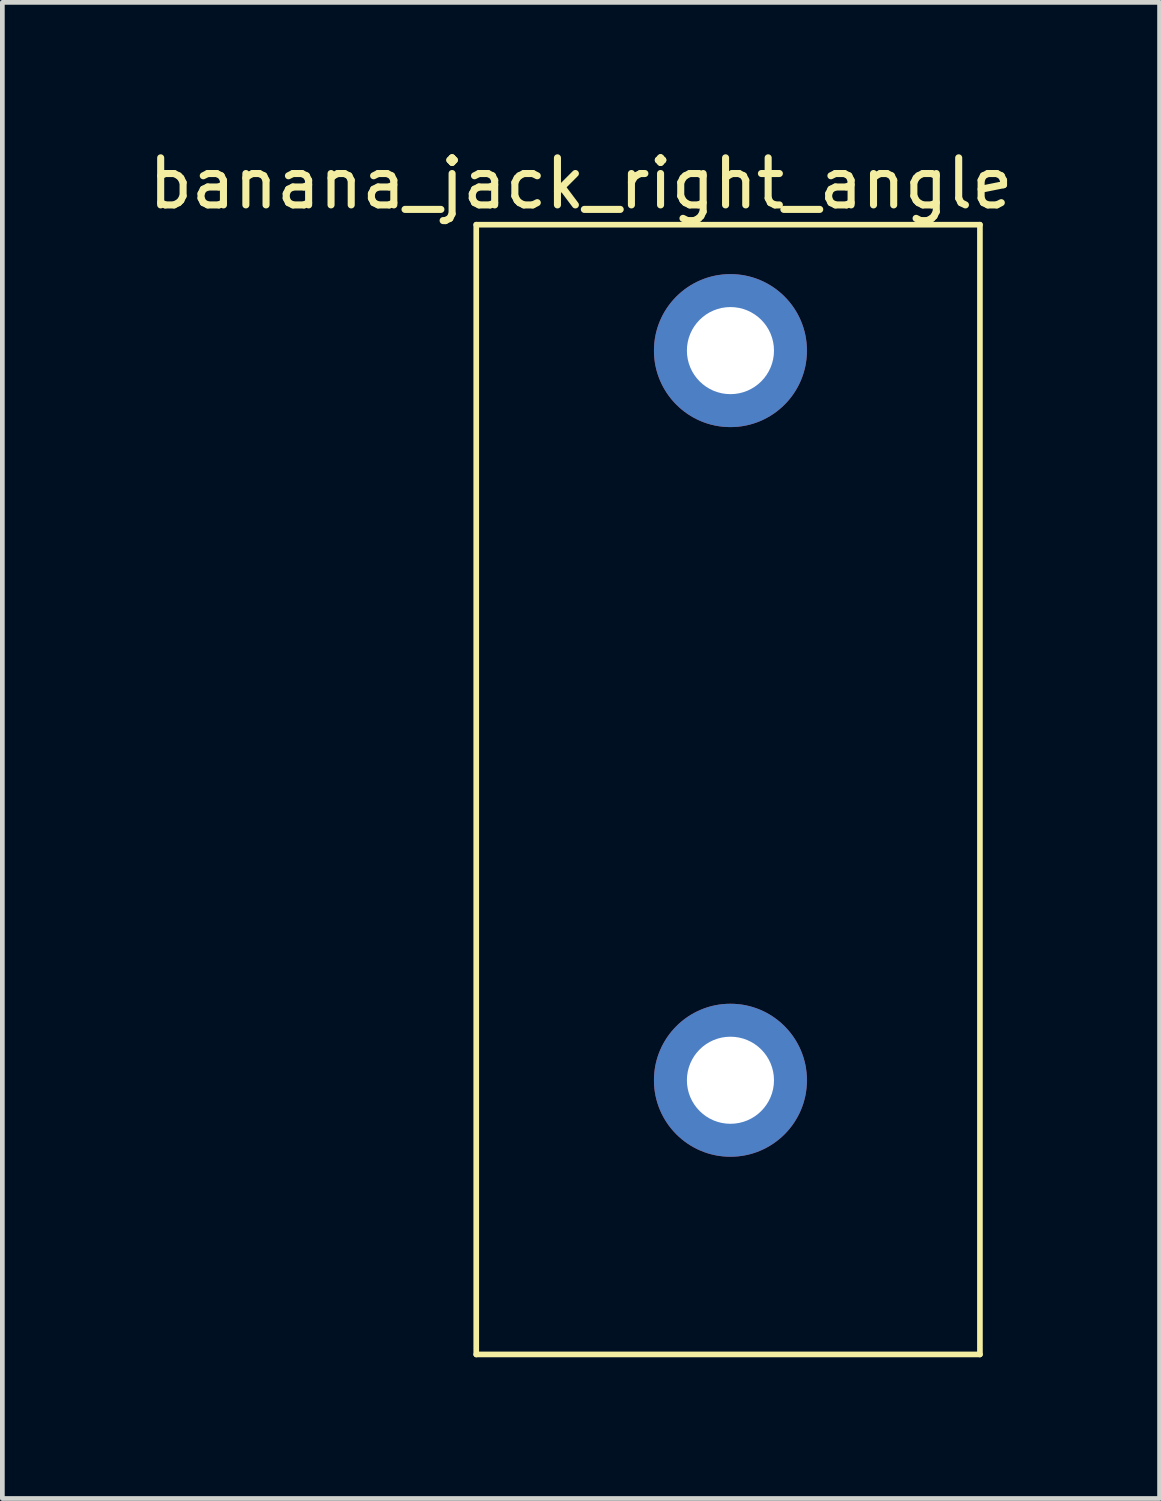
<source format=kicad_pcb>
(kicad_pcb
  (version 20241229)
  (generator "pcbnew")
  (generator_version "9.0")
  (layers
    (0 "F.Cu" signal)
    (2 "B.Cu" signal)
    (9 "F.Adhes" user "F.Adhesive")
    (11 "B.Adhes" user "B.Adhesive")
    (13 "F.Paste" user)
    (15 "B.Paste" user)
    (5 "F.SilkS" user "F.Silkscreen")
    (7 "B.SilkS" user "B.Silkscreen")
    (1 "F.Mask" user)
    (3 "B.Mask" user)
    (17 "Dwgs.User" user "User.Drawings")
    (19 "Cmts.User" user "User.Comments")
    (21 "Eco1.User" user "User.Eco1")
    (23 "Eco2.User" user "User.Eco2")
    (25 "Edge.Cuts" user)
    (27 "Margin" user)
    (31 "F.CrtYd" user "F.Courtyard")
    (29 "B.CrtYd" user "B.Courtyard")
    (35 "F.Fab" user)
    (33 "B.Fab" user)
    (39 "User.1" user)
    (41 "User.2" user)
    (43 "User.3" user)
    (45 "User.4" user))
  (footprint "banana_jack_right_angle"
    (layer "F.Cu")
    (at 12.467 4.398)
    (property "Reference" "banana_jack_right_angle" (at -3.175 -3.55 0) (layer "F.SilkS") (effects (font (size 1 1) (thickness 0.15))))
    (attr through_hole)
    (fp_line (start -5.4 -2.675) (end -5.4 21.325) (stroke (width 0.12) (type solid)) (layer "F.SilkS"))
    (fp_line (start -5.4 21.325) (end 5.3 21.325) (stroke (width 0.12) (type solid)) (layer "F.SilkS"))
    (fp_line (start 5.3 -2.675) (end -5.4 -2.675) (stroke (width 0.12) (type solid)) (layer "F.SilkS"))
    (fp_line (start 5.3 21.325) (end 5.3 -2.675) (stroke (width 0.12) (type solid)) (layer "F.SilkS"))
    (pad "1" thru_hole circle (at 0 0) (size 3.25 3.25) (drill 1.85) (layers "*.Cu" "*.Mask"))
    (pad "1" thru_hole circle (at 0 15.5) (size 3.25 3.25) (drill 1.85) (layers "*.Cu" "*.Mask")))
  (gr_rect
    (start -3 -3)
    (end 21.583 28.783)
    (stroke (width 0.1) (type default))
    (fill no)
    (layer "Edge.Cuts")))
</source>
